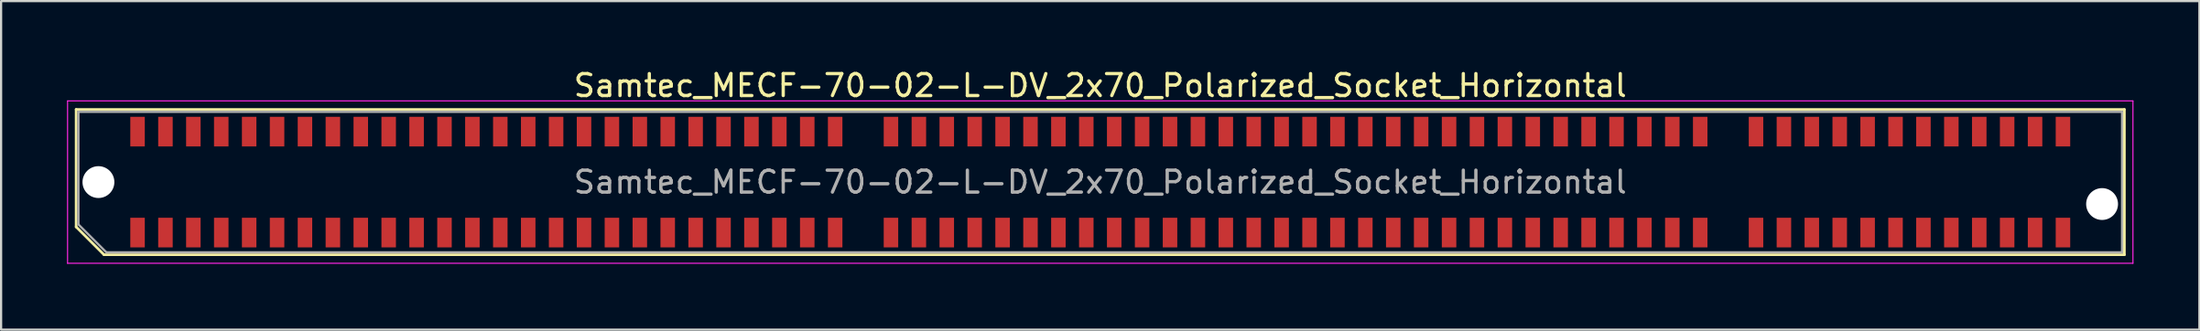
<source format=kicad_pcb>
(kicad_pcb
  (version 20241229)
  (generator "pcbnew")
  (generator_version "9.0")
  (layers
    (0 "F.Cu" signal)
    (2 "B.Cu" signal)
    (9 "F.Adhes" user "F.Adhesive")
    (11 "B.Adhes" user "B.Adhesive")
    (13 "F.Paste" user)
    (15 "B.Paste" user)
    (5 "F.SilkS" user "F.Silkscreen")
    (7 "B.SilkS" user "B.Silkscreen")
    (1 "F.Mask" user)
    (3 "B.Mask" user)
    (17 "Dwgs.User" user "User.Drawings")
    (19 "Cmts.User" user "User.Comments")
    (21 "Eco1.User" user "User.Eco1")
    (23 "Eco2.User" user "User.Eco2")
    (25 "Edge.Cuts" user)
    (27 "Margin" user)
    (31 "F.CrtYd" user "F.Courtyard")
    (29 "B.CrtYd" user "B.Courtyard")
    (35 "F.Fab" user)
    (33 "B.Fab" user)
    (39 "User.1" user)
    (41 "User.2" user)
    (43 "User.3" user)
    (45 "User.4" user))
  (footprint "Samtec_MECF-70-02-L-DV_2x70_Polarized_Socket_Horizontal"
    (layer "F.Cu")
    (at 47.025 5.248)
    (property "Reference" "Samtec_MECF-70-02-L-DV_2x70_Polarized_Socket_Horizontal" (at 0 -4.4 0) (layer "F.SilkS") (effects (font (size 1 1) (thickness 0.15))))
    (attr smd)
    (fp_line (start -46.61 -3.31) (end 46.61 -3.31) (stroke (width 0.12) (type solid)) (layer "F.SilkS"))
    (fp_line (start -46.61 2.04) (end -46.61 -3.31) (stroke (width 0.12) (type solid)) (layer "F.SilkS"))
    (fp_line (start -45.34 3.31) (end -46.61 2.04) (stroke (width 0.12) (type solid)) (layer "F.SilkS"))
    (fp_line (start -45.34 3.31) (end 46.61 3.31) (stroke (width 0.12) (type solid)) (layer "F.SilkS"))
    (fp_line (start 46.61 3.31) (end 46.61 -3.31) (stroke (width 0.12) (type solid)) (layer "F.SilkS"))
    (fp_line (start -47 -3.7) (end -47 3.7) (stroke (width 0.05) (type solid)) (layer "F.CrtYd"))
    (fp_line (start -47 3.7) (end 47 3.7) (stroke (width 0.05) (type solid)) (layer "F.CrtYd"))
    (fp_line (start 47 -3.7) (end -47 -3.7) (stroke (width 0.05) (type solid)) (layer "F.CrtYd"))
    (fp_line (start 47 3.7) (end 47 -3.7) (stroke (width 0.05) (type solid)) (layer "F.CrtYd"))
    (fp_line (start -46.505 -3.2) (end 46.505 -3.2) (stroke (width 0.1) (type solid)) (layer "F.Fab"))
    (fp_line (start -46.505 1.93) (end -46.505 -3.2) (stroke (width 0.1) (type solid)) (layer "F.Fab"))
    (fp_line (start -46.505 1.93) (end -45.235 3.2) (stroke (width 0.1) (type solid)) (layer "F.Fab"))
    (fp_line (start -45.235 3.2) (end 46.505 3.2) (stroke (width 0.1) (type solid)) (layer "F.Fab"))
    (fp_line (start 46.505 3.2) (end 46.505 -3.2) (stroke (width 0.1) (type solid)) (layer "F.Fab"))
    (fp_text user "${REFERENCE}" (at 0 0 0) (layer "F.Fab") (effects (font (size 1 1) (thickness 0.15))))
    (pad "" np_thru_hole circle (at -45.595 0) (size 1.45 1.45) (drill 1.45) (layers "*.Cu" "*.Mask"))
    (pad "" np_thru_hole circle (at 45.595 1) (size 1.45 1.45) (drill 1.45) (layers "*.Cu" "*.Mask"))
    (pad "1" smd rect (at -43.815 2.3) (size 0.66 1.35) (layers "F.Cu" "F.Mask" "F.Paste"))
    (pad "2" smd rect (at -43.815 -2.3) (size 0.66 1.35) (layers "F.Cu" "F.Mask" "F.Paste"))
    (pad "3" smd rect (at -42.545 2.3) (size 0.66 1.35) (layers "F.Cu" "F.Mask" "F.Paste"))
    (pad "4" smd rect (at -42.545 -2.3) (size 0.66 1.35) (layers "F.Cu" "F.Mask" "F.Paste"))
    (pad "5" smd rect (at -41.275 2.3) (size 0.66 1.35) (layers "F.Cu" "F.Mask" "F.Paste"))
    (pad "6" smd rect (at -41.275 -2.3) (size 0.66 1.35) (layers "F.Cu" "F.Mask" "F.Paste"))
    (pad "7" smd rect (at -40.005 2.3) (size 0.66 1.35) (layers "F.Cu" "F.Mask" "F.Paste"))
    (pad "8" smd rect (at -40.005 -2.3) (size 0.66 1.35) (layers "F.Cu" "F.Mask" "F.Paste"))
    (pad "9" smd rect (at -38.735 2.3) (size 0.66 1.35) (layers "F.Cu" "F.Mask" "F.Paste"))
    (pad "10" smd rect (at -38.735 -2.3) (size 0.66 1.35) (layers "F.Cu" "F.Mask" "F.Paste"))
    (pad "11" smd rect (at -37.465 2.3) (size 0.66 1.35) (layers "F.Cu" "F.Mask" "F.Paste"))
    (pad "12" smd rect (at -37.465 -2.3) (size 0.66 1.35) (layers "F.Cu" "F.Mask" "F.Paste"))
    (pad "13" smd rect (at -36.195 2.3) (size 0.66 1.35) (layers "F.Cu" "F.Mask" "F.Paste"))
    (pad "14" smd rect (at -36.195 -2.3) (size 0.66 1.35) (layers "F.Cu" "F.Mask" "F.Paste"))
    (pad "15" smd rect (at -34.925 2.3) (size 0.66 1.35) (layers "F.Cu" "F.Mask" "F.Paste"))
    (pad "16" smd rect (at -34.925 -2.3) (size 0.66 1.35) (layers "F.Cu" "F.Mask" "F.Paste"))
    (pad "17" smd rect (at -33.655 2.3) (size 0.66 1.35) (layers "F.Cu" "F.Mask" "F.Paste"))
    (pad "18" smd rect (at -33.655 -2.3) (size 0.66 1.35) (layers "F.Cu" "F.Mask" "F.Paste"))
    (pad "19" smd rect (at -32.385 2.3) (size 0.66 1.35) (layers "F.Cu" "F.Mask" "F.Paste"))
    (pad "20" smd rect (at -32.385 -2.3) (size 0.66 1.35) (layers "F.Cu" "F.Mask" "F.Paste"))
    (pad "21" smd rect (at -31.115 2.3) (size 0.66 1.35) (layers "F.Cu" "F.Mask" "F.Paste"))
    (pad "22" smd rect (at -31.115 -2.3) (size 0.66 1.35) (layers "F.Cu" "F.Mask" "F.Paste"))
    (pad "23" smd rect (at -29.845 2.3) (size 0.66 1.35) (layers "F.Cu" "F.Mask" "F.Paste"))
    (pad "24" smd rect (at -29.845 -2.3) (size 0.66 1.35) (layers "F.Cu" "F.Mask" "F.Paste"))
    (pad "25" smd rect (at -28.575 2.3) (size 0.66 1.35) (layers "F.Cu" "F.Mask" "F.Paste"))
    (pad "26" smd rect (at -28.575 -2.3) (size 0.66 1.35) (layers "F.Cu" "F.Mask" "F.Paste"))
    (pad "27" smd rect (at -27.305 2.3) (size 0.66 1.35) (layers "F.Cu" "F.Mask" "F.Paste"))
    (pad "28" smd rect (at -27.305 -2.3) (size 0.66 1.35) (layers "F.Cu" "F.Mask" "F.Paste"))
    (pad "29" smd rect (at -26.035 2.3) (size 0.66 1.35) (layers "F.Cu" "F.Mask" "F.Paste"))
    (pad "30" smd rect (at -26.035 -2.3) (size 0.66 1.35) (layers "F.Cu" "F.Mask" "F.Paste"))
    (pad "31" smd rect (at -24.765 2.3) (size 0.66 1.35) (layers "F.Cu" "F.Mask" "F.Paste"))
    (pad "32" smd rect (at -24.765 -2.3) (size 0.66 1.35) (layers "F.Cu" "F.Mask" "F.Paste"))
    (pad "33" smd rect (at -23.495 2.3) (size 0.66 1.35) (layers "F.Cu" "F.Mask" "F.Paste"))
    (pad "34" smd rect (at -23.495 -2.3) (size 0.66 1.35) (layers "F.Cu" "F.Mask" "F.Paste"))
    (pad "35" smd rect (at -22.225 2.3) (size 0.66 1.35) (layers "F.Cu" "F.Mask" "F.Paste"))
    (pad "36" smd rect (at -22.225 -2.3) (size 0.66 1.35) (layers "F.Cu" "F.Mask" "F.Paste"))
    (pad "37" smd rect (at -20.955 2.3) (size 0.66 1.35) (layers "F.Cu" "F.Mask" "F.Paste"))
    (pad "38" smd rect (at -20.955 -2.3) (size 0.66 1.35) (layers "F.Cu" "F.Mask" "F.Paste"))
    (pad "39" smd rect (at -19.685 2.3) (size 0.66 1.35) (layers "F.Cu" "F.Mask" "F.Paste"))
    (pad "40" smd rect (at -19.685 -2.3) (size 0.66 1.35) (layers "F.Cu" "F.Mask" "F.Paste"))
    (pad "41" smd rect (at -18.415 2.3) (size 0.66 1.35) (layers "F.Cu" "F.Mask" "F.Paste"))
    (pad "42" smd rect (at -18.415 -2.3) (size 0.66 1.35) (layers "F.Cu" "F.Mask" "F.Paste"))
    (pad "43" smd rect (at -17.145 2.3) (size 0.66 1.35) (layers "F.Cu" "F.Mask" "F.Paste"))
    (pad "44" smd rect (at -17.145 -2.3) (size 0.66 1.35) (layers "F.Cu" "F.Mask" "F.Paste"))
    (pad "45" smd rect (at -15.875 2.3) (size 0.66 1.35) (layers "F.Cu" "F.Mask" "F.Paste"))
    (pad "46" smd rect (at -15.875 -2.3) (size 0.66 1.35) (layers "F.Cu" "F.Mask" "F.Paste"))
    (pad "47" smd rect (at -14.605 2.3) (size 0.66 1.35) (layers "F.Cu" "F.Mask" "F.Paste"))
    (pad "48" smd rect (at -14.605 -2.3) (size 0.66 1.35) (layers "F.Cu" "F.Mask" "F.Paste"))
    (pad "49" smd rect (at -13.335 2.3) (size 0.66 1.35) (layers "F.Cu" "F.Mask" "F.Paste"))
    (pad "50" smd rect (at -13.335 -2.3) (size 0.66 1.35) (layers "F.Cu" "F.Mask" "F.Paste"))
    (pad "51" smd rect (at -12.065 2.3) (size 0.66 1.35) (layers "F.Cu" "F.Mask" "F.Paste"))
    (pad "52" smd rect (at -12.065 -2.3) (size 0.66 1.35) (layers "F.Cu" "F.Mask" "F.Paste"))
    (pad "55" smd rect (at -9.525 2.3) (size 0.66 1.35) (layers "F.Cu" "F.Mask" "F.Paste"))
    (pad "56" smd rect (at -9.525 -2.3) (size 0.66 1.35) (layers "F.Cu" "F.Mask" "F.Paste"))
    (pad "57" smd rect (at -8.255 2.3) (size 0.66 1.35) (layers "F.Cu" "F.Mask" "F.Paste"))
    (pad "58" smd rect (at -8.255 -2.3) (size 0.66 1.35) (layers "F.Cu" "F.Mask" "F.Paste"))
    (pad "59" smd rect (at -6.985 2.3) (size 0.66 1.35) (layers "F.Cu" "F.Mask" "F.Paste"))
    (pad "60" smd rect (at -6.985 -2.3) (size 0.66 1.35) (layers "F.Cu" "F.Mask" "F.Paste"))
    (pad "61" smd rect (at -5.715 2.3) (size 0.66 1.35) (layers "F.Cu" "F.Mask" "F.Paste"))
    (pad "62" smd rect (at -5.715 -2.3) (size 0.66 1.35) (layers "F.Cu" "F.Mask" "F.Paste"))
    (pad "63" smd rect (at -4.445 2.3) (size 0.66 1.35) (layers "F.Cu" "F.Mask" "F.Paste"))
    (pad "64" smd rect (at -4.445 -2.3) (size 0.66 1.35) (layers "F.Cu" "F.Mask" "F.Paste"))
    (pad "65" smd rect (at -3.175 2.3) (size 0.66 1.35) (layers "F.Cu" "F.Mask" "F.Paste"))
    (pad "66" smd rect (at -3.175 -2.3) (size 0.66 1.35) (layers "F.Cu" "F.Mask" "F.Paste"))
    (pad "67" smd rect (at -1.905 2.3) (size 0.66 1.35) (layers "F.Cu" "F.Mask" "F.Paste"))
    (pad "68" smd rect (at -1.905 -2.3) (size 0.66 1.35) (layers "F.Cu" "F.Mask" "F.Paste"))
    (pad "69" smd rect (at -0.635 2.3) (size 0.66 1.35) (layers "F.Cu" "F.Mask" "F.Paste"))
    (pad "70" smd rect (at -0.635 -2.3) (size 0.66 1.35) (layers "F.Cu" "F.Mask" "F.Paste"))
    (pad "71" smd rect (at 0.635 2.3) (size 0.66 1.35) (layers "F.Cu" "F.Mask" "F.Paste"))
    (pad "72" smd rect (at 0.635 -2.3) (size 0.66 1.35) (layers "F.Cu" "F.Mask" "F.Paste"))
    (pad "73" smd rect (at 1.905 2.3) (size 0.66 1.35) (layers "F.Cu" "F.Mask" "F.Paste"))
    (pad "74" smd rect (at 1.905 -2.3) (size 0.66 1.35) (layers "F.Cu" "F.Mask" "F.Paste"))
    (pad "75" smd rect (at 3.175 2.3) (size 0.66 1.35) (layers "F.Cu" "F.Mask" "F.Paste"))
    (pad "76" smd rect (at 3.175 -2.3) (size 0.66 1.35) (layers "F.Cu" "F.Mask" "F.Paste"))
    (pad "77" smd rect (at 4.445 2.3) (size 0.66 1.35) (layers "F.Cu" "F.Mask" "F.Paste"))
    (pad "78" smd rect (at 4.445 -2.3) (size 0.66 1.35) (layers "F.Cu" "F.Mask" "F.Paste"))
    (pad "79" smd rect (at 5.715 2.3) (size 0.66 1.35) (layers "F.Cu" "F.Mask" "F.Paste"))
    (pad "80" smd rect (at 5.715 -2.3) (size 0.66 1.35) (layers "F.Cu" "F.Mask" "F.Paste"))
    (pad "81" smd rect (at 6.985 2.3) (size 0.66 1.35) (layers "F.Cu" "F.Mask" "F.Paste"))
    (pad "82" smd rect (at 6.985 -2.3) (size 0.66 1.35) (layers "F.Cu" "F.Mask" "F.Paste"))
    (pad "83" smd rect (at 8.255 2.3) (size 0.66 1.35) (layers "F.Cu" "F.Mask" "F.Paste"))
    (pad "84" smd rect (at 8.255 -2.3) (size 0.66 1.35) (layers "F.Cu" "F.Mask" "F.Paste"))
    (pad "85" smd rect (at 9.525 2.3) (size 0.66 1.35) (layers "F.Cu" "F.Mask" "F.Paste"))
    (pad "86" smd rect (at 9.525 -2.3) (size 0.66 1.35) (layers "F.Cu" "F.Mask" "F.Paste"))
    (pad "87" smd rect (at 10.795 2.3) (size 0.66 1.35) (layers "F.Cu" "F.Mask" "F.Paste"))
    (pad "88" smd rect (at 10.795 -2.3) (size 0.66 1.35) (layers "F.Cu" "F.Mask" "F.Paste"))
    (pad "89" smd rect (at 12.065 2.3) (size 0.66 1.35) (layers "F.Cu" "F.Mask" "F.Paste"))
    (pad "90" smd rect (at 12.065 -2.3) (size 0.66 1.35) (layers "F.Cu" "F.Mask" "F.Paste"))
    (pad "91" smd rect (at 13.335 2.3) (size 0.66 1.35) (layers "F.Cu" "F.Mask" "F.Paste"))
    (pad "92" smd rect (at 13.335 -2.3) (size 0.66 1.35) (layers "F.Cu" "F.Mask" "F.Paste"))
    (pad "93" smd rect (at 14.605 2.3) (size 0.66 1.35) (layers "F.Cu" "F.Mask" "F.Paste"))
    (pad "94" smd rect (at 14.605 -2.3) (size 0.66 1.35) (layers "F.Cu" "F.Mask" "F.Paste"))
    (pad "95" smd rect (at 15.875 2.3) (size 0.66 1.35) (layers "F.Cu" "F.Mask" "F.Paste"))
    (pad "96" smd rect (at 15.875 -2.3) (size 0.66 1.35) (layers "F.Cu" "F.Mask" "F.Paste"))
    (pad "97" smd rect (at 17.145 2.3) (size 0.66 1.35) (layers "F.Cu" "F.Mask" "F.Paste"))
    (pad "98" smd rect (at 17.145 -2.3) (size 0.66 1.35) (layers "F.Cu" "F.Mask" "F.Paste"))
    (pad "99" smd rect (at 18.415 2.3) (size 0.66 1.35) (layers "F.Cu" "F.Mask" "F.Paste"))
    (pad "100" smd rect (at 18.415 -2.3) (size 0.66 1.35) (layers "F.Cu" "F.Mask" "F.Paste"))
    (pad "101" smd rect (at 19.685 2.3) (size 0.66 1.35) (layers "F.Cu" "F.Mask" "F.Paste"))
    (pad "102" smd rect (at 19.685 -2.3) (size 0.66 1.35) (layers "F.Cu" "F.Mask" "F.Paste"))
    (pad "103" smd rect (at 20.955 2.3) (size 0.66 1.35) (layers "F.Cu" "F.Mask" "F.Paste"))
    (pad "104" smd rect (at 20.955 -2.3) (size 0.66 1.35) (layers "F.Cu" "F.Mask" "F.Paste"))
    (pad "105" smd rect (at 22.225 2.3) (size 0.66 1.35) (layers "F.Cu" "F.Mask" "F.Paste"))
    (pad "106" smd rect (at 22.225 -2.3) (size 0.66 1.35) (layers "F.Cu" "F.Mask" "F.Paste"))
    (pad "107" smd rect (at 23.495 2.3) (size 0.66 1.35) (layers "F.Cu" "F.Mask" "F.Paste"))
    (pad "108" smd rect (at 23.495 -2.3) (size 0.66 1.35) (layers "F.Cu" "F.Mask" "F.Paste"))
    (pad "109" smd rect (at 24.765 2.3) (size 0.66 1.35) (layers "F.Cu" "F.Mask" "F.Paste"))
    (pad "110" smd rect (at 24.765 -2.3) (size 0.66 1.35) (layers "F.Cu" "F.Mask" "F.Paste"))
    (pad "111" smd rect (at 26.035 2.3) (size 0.66 1.35) (layers "F.Cu" "F.Mask" "F.Paste"))
    (pad "112" smd rect (at 26.035 -2.3) (size 0.66 1.35) (layers "F.Cu" "F.Mask" "F.Paste"))
    (pad "113" smd rect (at 27.305 2.3) (size 0.66 1.35) (layers "F.Cu" "F.Mask" "F.Paste"))
    (pad "114" smd rect (at 27.305 -2.3) (size 0.66 1.35) (layers "F.Cu" "F.Mask" "F.Paste"))
    (pad "117" smd rect (at 29.845 2.3) (size 0.66 1.35) (layers "F.Cu" "F.Mask" "F.Paste"))
    (pad "118" smd rect (at 29.845 -2.3) (size 0.66 1.35) (layers "F.Cu" "F.Mask" "F.Paste"))
    (pad "119" smd rect (at 31.115 2.3) (size 0.66 1.35) (layers "F.Cu" "F.Mask" "F.Paste"))
    (pad "120" smd rect (at 31.115 -2.3) (size 0.66 1.35) (layers "F.Cu" "F.Mask" "F.Paste"))
    (pad "121" smd rect (at 32.385 2.3) (size 0.66 1.35) (layers "F.Cu" "F.Mask" "F.Paste"))
    (pad "122" smd rect (at 32.385 -2.3) (size 0.66 1.35) (layers "F.Cu" "F.Mask" "F.Paste"))
    (pad "123" smd rect (at 33.655 2.3) (size 0.66 1.35) (layers "F.Cu" "F.Mask" "F.Paste"))
    (pad "124" smd rect (at 33.655 -2.3) (size 0.66 1.35) (layers "F.Cu" "F.Mask" "F.Paste"))
    (pad "125" smd rect (at 34.925 2.3) (size 0.66 1.35) (layers "F.Cu" "F.Mask" "F.Paste"))
    (pad "126" smd rect (at 34.925 -2.3) (size 0.66 1.35) (layers "F.Cu" "F.Mask" "F.Paste"))
    (pad "127" smd rect (at 36.195 2.3) (size 0.66 1.35) (layers "F.Cu" "F.Mask" "F.Paste"))
    (pad "128" smd rect (at 36.195 -2.3) (size 0.66 1.35) (layers "F.Cu" "F.Mask" "F.Paste"))
    (pad "129" smd rect (at 37.465 2.3) (size 0.66 1.35) (layers "F.Cu" "F.Mask" "F.Paste"))
    (pad "130" smd rect (at 37.465 -2.3) (size 0.66 1.35) (layers "F.Cu" "F.Mask" "F.Paste"))
    (pad "131" smd rect (at 38.735 2.3) (size 0.66 1.35) (layers "F.Cu" "F.Mask" "F.Paste"))
    (pad "132" smd rect (at 38.735 -2.3) (size 0.66 1.35) (layers "F.Cu" "F.Mask" "F.Paste"))
    (pad "133" smd rect (at 40.005 2.3) (size 0.66 1.35) (layers "F.Cu" "F.Mask" "F.Paste"))
    (pad "134" smd rect (at 40.005 -2.3) (size 0.66 1.35) (layers "F.Cu" "F.Mask" "F.Paste"))
    (pad "135" smd rect (at 41.275 2.3) (size 0.66 1.35) (layers "F.Cu" "F.Mask" "F.Paste"))
    (pad "136" smd rect (at 41.275 -2.3) (size 0.66 1.35) (layers "F.Cu" "F.Mask" "F.Paste"))
    (pad "137" smd rect (at 42.545 2.3) (size 0.66 1.35) (layers "F.Cu" "F.Mask" "F.Paste"))
    (pad "138" smd rect (at 42.545 -2.3) (size 0.66 1.35) (layers "F.Cu" "F.Mask" "F.Paste"))
    (pad "139" smd rect (at 43.815 2.3) (size 0.66 1.35) (layers "F.Cu" "F.Mask" "F.Paste"))
    (pad "140" smd rect (at 43.815 -2.3) (size 0.66 1.35) (layers "F.Cu" "F.Mask" "F.Paste")))
  (gr_rect
    (start -3 -3)
    (end 97.05 11.973)
    (stroke (width 0.1) (type default))
    (fill no)
    (layer "Edge.Cuts")))
</source>
